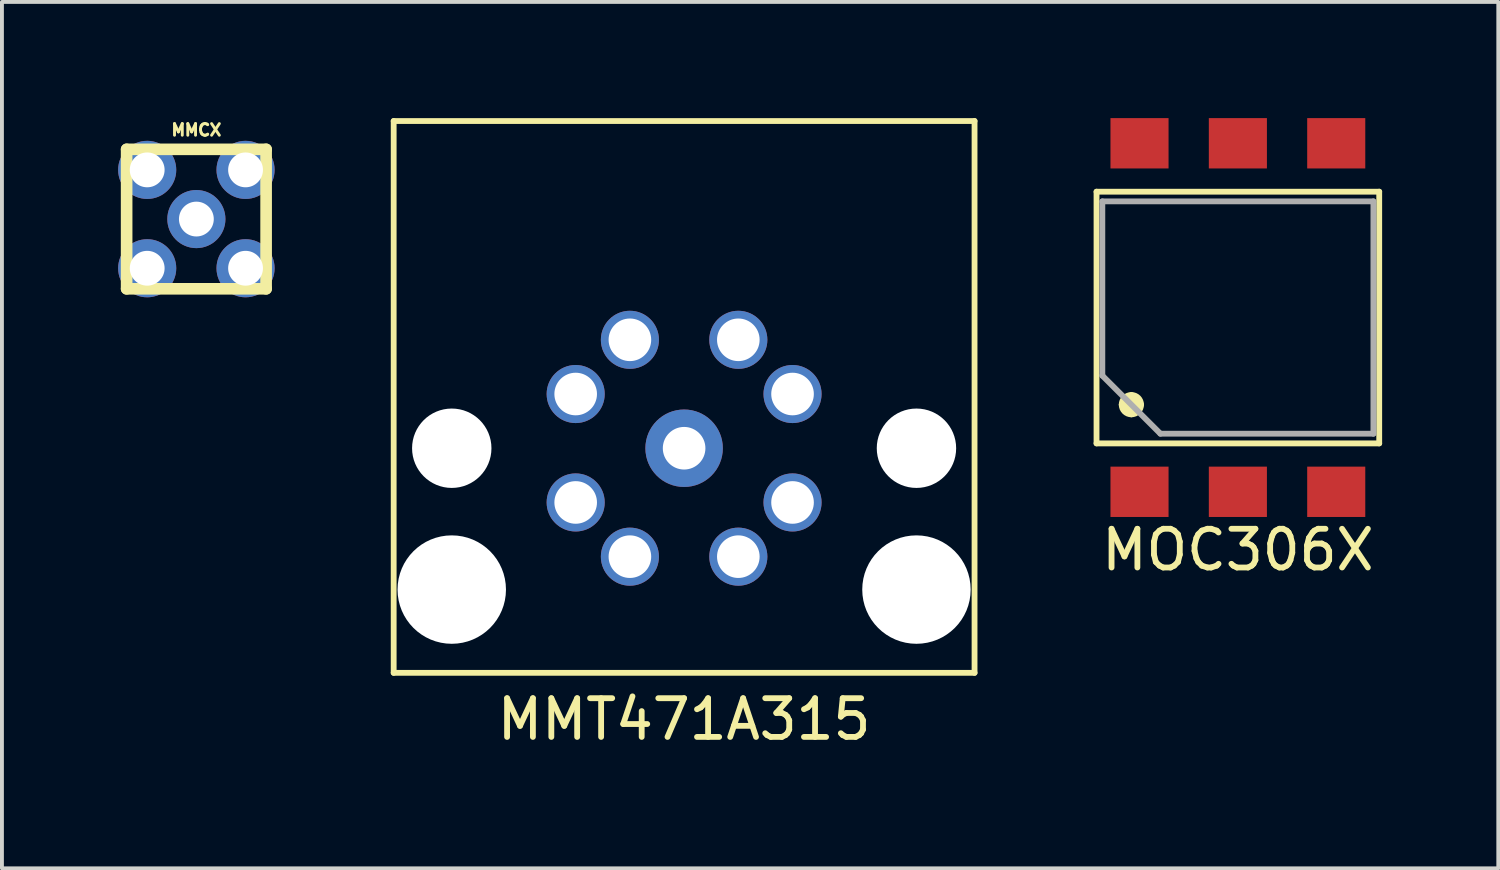
<source format=kicad_pcb>
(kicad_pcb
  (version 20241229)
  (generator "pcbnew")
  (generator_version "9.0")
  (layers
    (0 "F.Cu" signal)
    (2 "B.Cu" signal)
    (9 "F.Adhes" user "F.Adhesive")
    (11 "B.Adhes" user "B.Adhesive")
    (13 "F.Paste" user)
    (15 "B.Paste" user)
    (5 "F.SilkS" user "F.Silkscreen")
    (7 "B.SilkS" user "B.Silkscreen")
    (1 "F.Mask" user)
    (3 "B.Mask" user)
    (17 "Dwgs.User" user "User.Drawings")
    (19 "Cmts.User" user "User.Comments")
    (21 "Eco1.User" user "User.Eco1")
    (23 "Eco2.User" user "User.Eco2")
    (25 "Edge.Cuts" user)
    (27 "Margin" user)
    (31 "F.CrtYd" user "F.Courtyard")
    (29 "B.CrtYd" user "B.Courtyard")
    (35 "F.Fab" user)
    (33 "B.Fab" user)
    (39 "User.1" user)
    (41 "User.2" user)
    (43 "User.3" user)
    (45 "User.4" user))
  (footprint "MMT471A315"
    (layer "F.Cu")
    (at 14.616 8.525)
    (property "Reference" "MMT471A315" (at 0 7 0) (layer "F.SilkS") (effects (font (size 1 1) (thickness 0.15))))
    (attr through_hole)
    (fp_line (start -7.5 -8.45) (end 7.5 -8.45) (stroke (width 0.15) (type solid)) (layer "F.SilkS"))
    (fp_line (start -7.5 5.8) (end -7.5 -8.45) (stroke (width 0.15) (type solid)) (layer "F.SilkS"))
    (fp_line (start 7.5 -8.45) (end 7.5 5.8) (stroke (width 0.15) (type solid)) (layer "F.SilkS"))
    (fp_line (start 7.5 5.8) (end -7.5 5.8) (stroke (width 0.15) (type solid)) (layer "F.SilkS"))
    (pad "" np_thru_hole circle (at -6 0) (size 2.05 2.05) (drill 2.05) (layers "*.Cu" "*.Mask"))
    (pad "" np_thru_hole circle (at -6 3.65) (size 2.8 2.8) (drill 2.8) (layers "*.Cu" "*.Mask"))
    (pad "" np_thru_hole circle (at 6 0) (size 2.05 2.05) (drill 2.05) (layers "*.Cu" "*.Mask"))
    (pad "" np_thru_hole circle (at 6 3.65) (size 2.8 2.8) (drill 2.8) (layers "*.Cu" "*.Mask"))
    (pad "1" thru_hole circle (at 1.4 -2.8) (size 1.5 1.5) (drill 1.1) (layers "*.Cu" "*.Mask"))
    (pad "2" thru_hole circle (at 2.8 -1.4) (size 1.5 1.5) (drill 1.1) (layers "*.Cu" "*.Mask"))
    (pad "3" thru_hole circle (at 2.8 1.4) (size 1.5 1.5) (drill 1.1) (layers "*.Cu" "*.Mask"))
    (pad "4" thru_hole circle (at 1.4 2.8) (size 1.5 1.5) (drill 1.1) (layers "*.Cu" "*.Mask"))
    (pad "5" thru_hole circle (at -1.4 2.8) (size 1.5 1.5) (drill 1.1) (layers "*.Cu" "*.Mask"))
    (pad "6" thru_hole circle (at -2.8 1.4) (size 1.5 1.5) (drill 1.1) (layers "*.Cu" "*.Mask"))
    (pad "7" thru_hole circle (at -2.8 -1.4) (size 1.5 1.5) (drill 1.1) (layers "*.Cu" "*.Mask"))
    (pad "8" thru_hole circle (at -1.4 -2.8) (size 1.5 1.5) (drill 1.1) (layers "*.Cu" "*.Mask"))
    (pad "GND" thru_hole circle (at 0 0) (size 2 2) (drill 1.1) (layers "*.Cu" "*.Mask")))
  (footprint "MOC306X"
    (layer "F.Cu")
    (at 28.916 5.15)
    (property "Reference" "MOC306X" (at 0 6 0) (layer "F.SilkS") (effects (font (size 1 1) (thickness 0.15))))
    (attr through_hole)
    (fp_line (start -3.65 -3.25) (end -3.65 3.25) (stroke (width 0.15) (type solid)) (layer "F.SilkS"))
    (fp_line (start -3.65 -3.25) (end 3.65 -3.25) (stroke (width 0.15) (type solid)) (layer "F.SilkS"))
    (fp_line (start -3.65 3.25) (end 3.65 3.25) (stroke (width 0.15) (type solid)) (layer "F.SilkS"))
    (fp_line (start 3.65 3.25) (end 3.65 -3.25) (stroke (width 0.15) (type solid)) (layer "F.SilkS"))
    (fp_circle (center -2.75 2.25) (end -2.5 2.25) (stroke (width 0.15) (type solid)) (fill no) (layer "F.SilkS"))
    (fp_poly (pts (xy -2.75 2) (xy -2.5 2.25) (xy -2.75 2.5) (xy -3 2.25)) (stroke (width 0.15) (type solid)) (fill yes) (layer "F.SilkS"))
    (fp_line (start -3.5 -3) (end 3.5 -3) (stroke (width 0.15) (type solid)) (layer "F.Fab"))
    (fp_line (start -3.5 1.5) (end -3.5 -3) (stroke (width 0.15) (type solid)) (layer "F.Fab"))
    (fp_line (start -2 3) (end -3.5 1.5) (stroke (width 0.15) (type solid)) (layer "F.Fab"))
    (fp_line (start 3.5 -3) (end 3.5 3) (stroke (width 0.15) (type solid)) (layer "F.Fab"))
    (fp_line (start 3.5 3) (end -2 3) (stroke (width 0.15) (type solid)) (layer "F.Fab"))
    (pad "1" smd rect (at -2.54 4.5) (size 1.5 1.3) (layers "F.Cu" "F.Mask" "F.Paste"))
    (pad "2" smd rect (at 0 4.5) (size 1.5 1.3) (layers "F.Cu" "F.Mask" "F.Paste"))
    (pad "3" smd rect (at 2.54 4.5) (size 1.5 1.3) (layers "F.Cu" "F.Mask" "F.Paste"))
    (pad "4" smd rect (at 2.54 -4.5) (size 1.5 1.3) (layers "F.Cu" "F.Mask" "F.Paste"))
    (pad "5" smd rect (at 0 -4.5) (size 1.5 1.3) (layers "F.Cu" "F.Mask" "F.Paste"))
    (pad "6" smd rect (at -2.54 -4.5) (size 1.5 1.3) (layers "F.Cu" "F.Mask" "F.Paste")))
  (footprint "MMCX"
    (layer "F.Cu")
    (at 2.021 2.607)
    (property "Reference" "MMCX" (at 0 -2.3 0) (layer "F.SilkS") (effects (font (size 0.3 0.3) (thickness 0.076))))
    (attr through_hole)
    (fp_line (start -1.801 -1.801) (end 1.801 -1.801) (stroke (width 0.3) (type solid)) (layer "F.SilkS"))
    (fp_line (start -1.801 1.801) (end -1.801 -1.801) (stroke (width 0.3) (type solid)) (layer "F.SilkS"))
    (fp_line (start 1.801 -1.801) (end 1.801 1.801) (stroke (width 0.3) (type solid)) (layer "F.SilkS"))
    (fp_line (start 1.801 1.801) (end -1.801 1.801) (stroke (width 0.3) (type solid)) (layer "F.SilkS"))
    (pad "1" thru_hole circle (at 0 0) (size 1.501 1.501) (drill 0.899) (layers "*.Cu" "*.Mask"))
    (pad "2" thru_hole circle (at -1.27 -1.27) (size 1.501 1.501) (drill 0.899) (layers "*.Cu" "*.Mask"))
    (pad "2" thru_hole circle (at -1.27 1.27) (size 1.501 1.501) (drill 0.899) (layers "*.Cu" "*.Mask"))
    (pad "2" thru_hole circle (at 1.27 -1.27) (size 1.501 1.501) (drill 0.899) (layers "*.Cu" "*.Mask"))
    (pad "2" thru_hole circle (at 1.27 1.27) (size 1.501 1.501) (drill 0.899) (layers "*.Cu" "*.Mask")))
  (gr_rect
    (start -3 -3)
    (end 35.641 19.373)
    (stroke (width 0.1) (type default))
    (fill no)
    (layer "Edge.Cuts")))
</source>
